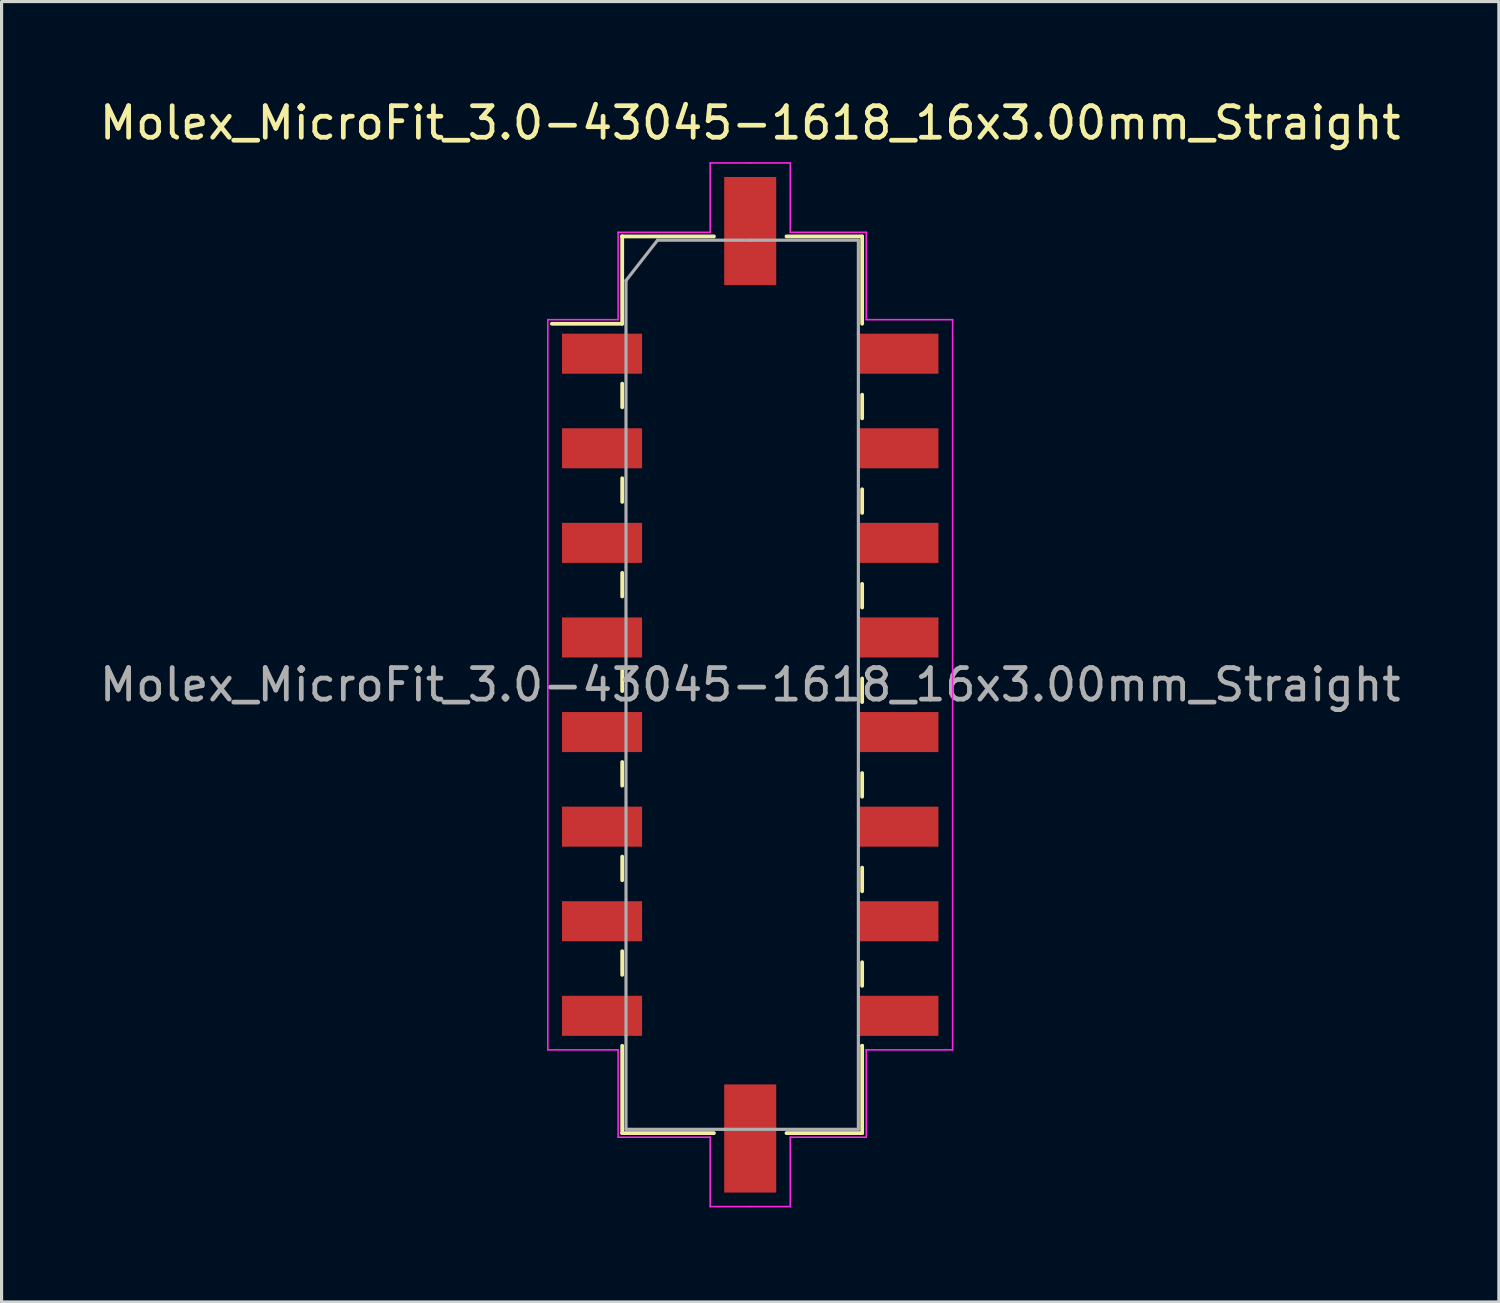
<source format=kicad_pcb>
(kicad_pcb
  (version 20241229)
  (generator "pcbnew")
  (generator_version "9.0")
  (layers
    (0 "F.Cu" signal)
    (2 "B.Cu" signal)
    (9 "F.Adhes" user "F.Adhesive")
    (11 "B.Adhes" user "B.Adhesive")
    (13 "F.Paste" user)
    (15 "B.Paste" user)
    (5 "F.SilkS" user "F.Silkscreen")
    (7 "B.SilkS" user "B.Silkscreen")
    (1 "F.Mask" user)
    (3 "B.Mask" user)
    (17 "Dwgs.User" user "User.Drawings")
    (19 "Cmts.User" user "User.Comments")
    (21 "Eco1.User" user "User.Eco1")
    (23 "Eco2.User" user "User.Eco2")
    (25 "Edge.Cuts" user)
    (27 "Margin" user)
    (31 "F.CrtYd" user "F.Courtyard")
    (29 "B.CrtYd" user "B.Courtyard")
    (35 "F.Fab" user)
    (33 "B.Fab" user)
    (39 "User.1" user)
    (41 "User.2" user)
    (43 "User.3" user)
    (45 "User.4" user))
  (footprint "Molex_MicroFit_3.0-43045-1618_16x3.00mm_Straight"
    (layer "F.Cu")
    (at 20.744 18.668)
    (property "Reference" "Molex_MicroFit_3.0-43045-1618_16x3.00mm_Straight" (at 0 -17.82 0) (layer "F.SilkS") (effects (font (size 1 1) (thickness 0.15))))
    (attr smd)
    (fp_line (start -6.29 -11.45) (end -4.06 -11.45) (stroke (width 0.12) (type solid)) (layer "F.SilkS"))
    (fp_line (start -4.06 -14.22) (end -4.06 -14.22) (stroke (width 0.12) (type solid)) (layer "F.SilkS"))
    (fp_line (start -4.06 -14.22) (end -1.15 -14.22) (stroke (width 0.12) (type solid)) (layer "F.SilkS"))
    (fp_line (start -4.06 -11.45) (end -4.06 -14.22) (stroke (width 0.12) (type solid)) (layer "F.SilkS"))
    (fp_line (start -4.06 -9.55) (end -4.06 -8.8) (stroke (width 0.12) (type solid)) (layer "F.SilkS"))
    (fp_line (start -4.06 -6.55) (end -4.06 -5.8) (stroke (width 0.12) (type solid)) (layer "F.SilkS"))
    (fp_line (start -4.06 -3.55) (end -4.06 -2.8) (stroke (width 0.12) (type solid)) (layer "F.SilkS"))
    (fp_line (start -4.06 -0.55) (end -4.06 0.2) (stroke (width 0.12) (type solid)) (layer "F.SilkS"))
    (fp_line (start -4.06 2.45) (end -4.06 3.2) (stroke (width 0.12) (type solid)) (layer "F.SilkS"))
    (fp_line (start -4.06 5.45) (end -4.06 6.2) (stroke (width 0.12) (type solid)) (layer "F.SilkS"))
    (fp_line (start -4.06 8.45) (end -4.06 9.2) (stroke (width 0.12) (type solid)) (layer "F.SilkS"))
    (fp_line (start -4.06 14.22) (end -4.06 11.45) (stroke (width 0.12) (type solid)) (layer "F.SilkS"))
    (fp_line (start -1.15 14.22) (end -4.06 14.22) (stroke (width 0.12) (type solid)) (layer "F.SilkS"))
    (fp_line (start 1.15 -14.22) (end 3.55 -14.22) (stroke (width 0.12) (type solid)) (layer "F.SilkS"))
    (fp_line (start 3.55 -14.22) (end 3.55 -11.45) (stroke (width 0.12) (type solid)) (layer "F.SilkS"))
    (fp_line (start 3.55 -8.45) (end 3.55 -9.2) (stroke (width 0.12) (type solid)) (layer "F.SilkS"))
    (fp_line (start 3.55 -5.45) (end 3.55 -6.2) (stroke (width 0.12) (type solid)) (layer "F.SilkS"))
    (fp_line (start 3.55 -2.45) (end 3.55 -3.2) (stroke (width 0.12) (type solid)) (layer "F.SilkS"))
    (fp_line (start 3.55 0.55) (end 3.55 -0.2) (stroke (width 0.12) (type solid)) (layer "F.SilkS"))
    (fp_line (start 3.55 3.55) (end 3.55 2.8) (stroke (width 0.12) (type solid)) (layer "F.SilkS"))
    (fp_line (start 3.55 6.55) (end 3.55 5.8) (stroke (width 0.12) (type solid)) (layer "F.SilkS"))
    (fp_line (start 3.55 9.55) (end 3.55 8.8) (stroke (width 0.12) (type solid)) (layer "F.SilkS"))
    (fp_line (start 3.55 11.45) (end 3.55 11.45) (stroke (width 0.12) (type solid)) (layer "F.SilkS"))
    (fp_line (start 3.55 11.45) (end 3.55 14.22) (stroke (width 0.12) (type solid)) (layer "F.SilkS"))
    (fp_line (start 3.55 14.22) (end 1.15 14.22) (stroke (width 0.12) (type solid)) (layer "F.SilkS"))
    (fp_line (start -6.42 -11.58) (end -4.19 -11.58) (stroke (width 0.05) (type solid)) (layer "F.CrtYd"))
    (fp_line (start -6.42 11.58) (end -6.42 -11.58) (stroke (width 0.05) (type solid)) (layer "F.CrtYd"))
    (fp_line (start -4.19 -14.35) (end -4.19 -14.35) (stroke (width 0.05) (type solid)) (layer "F.CrtYd"))
    (fp_line (start -4.19 -14.35) (end -1.27 -14.35) (stroke (width 0.05) (type solid)) (layer "F.CrtYd"))
    (fp_line (start -4.19 -11.58) (end -4.19 -14.35) (stroke (width 0.05) (type solid)) (layer "F.CrtYd"))
    (fp_line (start -4.19 11.58) (end -6.42 11.58) (stroke (width 0.05) (type solid)) (layer "F.CrtYd"))
    (fp_line (start -4.19 14.35) (end -4.19 11.58) (stroke (width 0.05) (type solid)) (layer "F.CrtYd"))
    (fp_line (start -1.27 -16.55) (end 0 -16.55) (stroke (width 0.05) (type solid)) (layer "F.CrtYd"))
    (fp_line (start -1.27 -14.35) (end -1.27 -16.55) (stroke (width 0.05) (type solid)) (layer "F.CrtYd"))
    (fp_line (start -1.27 14.35) (end -4.19 14.35) (stroke (width 0.05) (type solid)) (layer "F.CrtYd"))
    (fp_line (start -1.27 16.55) (end -1.27 14.35) (stroke (width 0.05) (type solid)) (layer "F.CrtYd"))
    (fp_line (start 0 -16.55) (end 1.27 -16.55) (stroke (width 0.05) (type solid)) (layer "F.CrtYd"))
    (fp_line (start 0 16.55) (end -1.27 16.55) (stroke (width 0.05) (type solid)) (layer "F.CrtYd"))
    (fp_line (start 1.27 -16.55) (end 1.27 -14.35) (stroke (width 0.05) (type solid)) (layer "F.CrtYd"))
    (fp_line (start 1.27 -14.35) (end 3.68 -14.35) (stroke (width 0.05) (type solid)) (layer "F.CrtYd"))
    (fp_line (start 1.27 14.35) (end 1.27 16.55) (stroke (width 0.05) (type solid)) (layer "F.CrtYd"))
    (fp_line (start 1.27 16.55) (end 0 16.55) (stroke (width 0.05) (type solid)) (layer "F.CrtYd"))
    (fp_line (start 3.68 -14.35) (end 3.68 -11.58) (stroke (width 0.05) (type solid)) (layer "F.CrtYd"))
    (fp_line (start 3.68 -11.58) (end 6.42 -11.58) (stroke (width 0.05) (type solid)) (layer "F.CrtYd"))
    (fp_line (start 3.68 11.58) (end 3.68 11.58) (stroke (width 0.05) (type solid)) (layer "F.CrtYd"))
    (fp_line (start 3.68 11.58) (end 3.68 14.35) (stroke (width 0.05) (type solid)) (layer "F.CrtYd"))
    (fp_line (start 3.68 14.35) (end 1.27 14.35) (stroke (width 0.05) (type solid)) (layer "F.CrtYd"))
    (fp_line (start 6.42 -11.58) (end 6.42 11.58) (stroke (width 0.05) (type solid)) (layer "F.CrtYd"))
    (fp_line (start 6.42 11.58) (end 3.68 11.58) (stroke (width 0.05) (type solid)) (layer "F.CrtYd"))
    (fp_line (start -3.94 -12.82) (end -2.94 -14.1) (stroke (width 0.1) (type solid)) (layer "F.Fab"))
    (fp_line (start -3.94 11.13) (end -3.94 -12.82) (stroke (width 0.1) (type solid)) (layer "F.Fab"))
    (fp_line (start -3.94 14.1) (end -3.94 11.13) (stroke (width 0.1) (type solid)) (layer "F.Fab"))
    (fp_line (start -2.94 -14.1) (end 0 -14.1) (stroke (width 0.1) (type solid)) (layer "F.Fab"))
    (fp_line (start -0.82 14.1) (end -3.94 14.1) (stroke (width 0.1) (type solid)) (layer "F.Fab"))
    (fp_line (start 0 -14.1) (end 3.43 -14.1) (stroke (width 0.1) (type solid)) (layer "F.Fab"))
    (fp_line (start 3.43 -14.1) (end 3.43 -11.13) (stroke (width 0.1) (type solid)) (layer "F.Fab"))
    (fp_line (start 3.43 -11.13) (end 3.43 11.13) (stroke (width 0.1) (type solid)) (layer "F.Fab"))
    (fp_line (start 3.43 11.13) (end 3.43 14.1) (stroke (width 0.1) (type solid)) (layer "F.Fab"))
    (fp_line (start 3.43 14.1) (end -0.82 14.1) (stroke (width 0.1) (type solid)) (layer "F.Fab"))
    (fp_text user "${REFERENCE}" (at 0 0 0) (layer "F.Fab") (effects (font (size 1 1) (thickness 0.15))))
    (pad "" smd rect (at 0 -14.39) (size 1.65 3.43) (layers "F.Cu" "F.Mask" "F.Paste"))
    (pad "" smd rect (at 0 14.39) (size 1.65 3.43) (layers "F.Cu" "F.Mask" "F.Paste"))
    (pad "1" smd rect (at -4.7 -10.5) (size 2.54 1.27) (layers "F.Cu" "F.Mask" "F.Paste"))
    (pad "2" smd rect (at -4.7 -7.5) (size 2.54 1.27) (layers "F.Cu" "F.Mask" "F.Paste"))
    (pad "3" smd rect (at -4.7 -4.5) (size 2.54 1.27) (layers "F.Cu" "F.Mask" "F.Paste"))
    (pad "4" smd rect (at -4.7 -1.5) (size 2.54 1.27) (layers "F.Cu" "F.Mask" "F.Paste"))
    (pad "5" smd rect (at -4.7 1.5) (size 2.54 1.27) (layers "F.Cu" "F.Mask" "F.Paste"))
    (pad "6" smd rect (at -4.7 4.5) (size 2.54 1.27) (layers "F.Cu" "F.Mask" "F.Paste"))
    (pad "7" smd rect (at -4.7 7.5) (size 2.54 1.27) (layers "F.Cu" "F.Mask" "F.Paste"))
    (pad "8" smd rect (at -4.7 10.5) (size 2.54 1.27) (layers "F.Cu" "F.Mask" "F.Paste"))
    (pad "9" smd rect (at 4.7 10.5) (size 2.54 1.27) (layers "F.Cu" "F.Mask" "F.Paste"))
    (pad "10" smd rect (at 4.7 7.5) (size 2.54 1.27) (layers "F.Cu" "F.Mask" "F.Paste"))
    (pad "11" smd rect (at 4.7 4.5) (size 2.54 1.27) (layers "F.Cu" "F.Mask" "F.Paste"))
    (pad "12" smd rect (at 4.7 1.5) (size 2.54 1.27) (layers "F.Cu" "F.Mask" "F.Paste"))
    (pad "13" smd rect (at 4.7 -1.5) (size 2.54 1.27) (layers "F.Cu" "F.Mask" "F.Paste"))
    (pad "14" smd rect (at 4.7 -4.5) (size 2.54 1.27) (layers "F.Cu" "F.Mask" "F.Paste"))
    (pad "15" smd rect (at 4.7 -7.5) (size 2.54 1.27) (layers "F.Cu" "F.Mask" "F.Paste"))
    (pad "16" smd rect (at 4.7 -10.5) (size 2.54 1.27) (layers "F.Cu" "F.Mask" "F.Paste")))
  (gr_rect
    (start -3 -3)
    (end 44.488 38.243)
    (stroke (width 0.1) (type default))
    (fill no)
    (layer "Edge.Cuts")))
</source>
